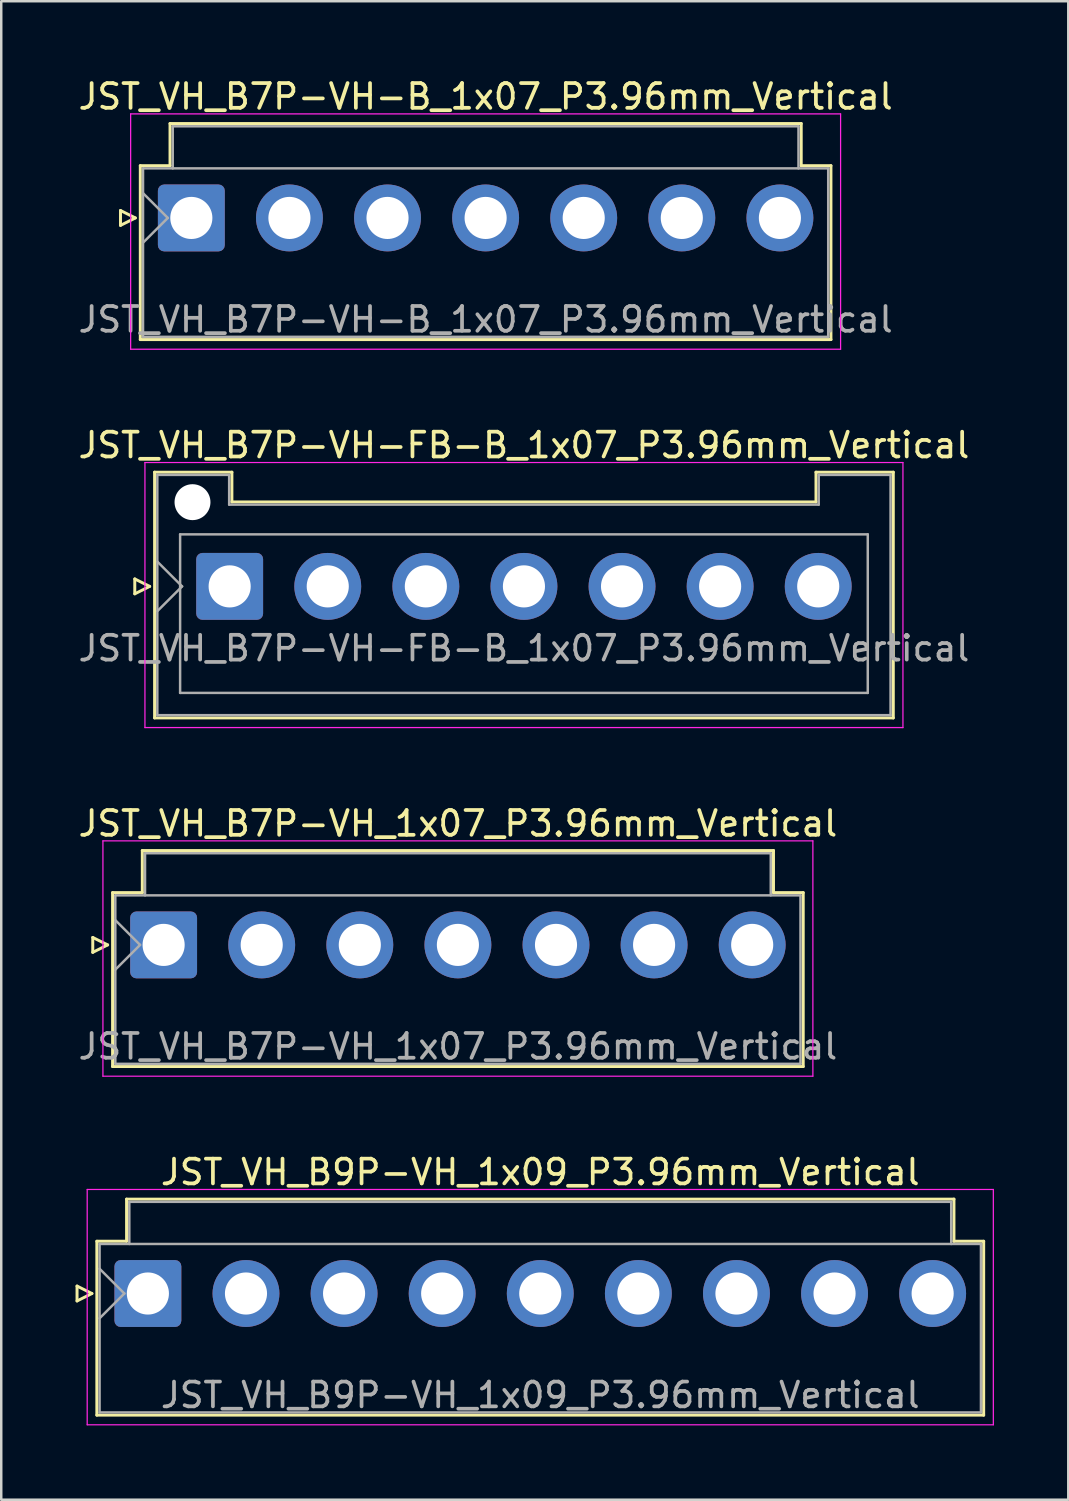
<source format=kicad_pcb>
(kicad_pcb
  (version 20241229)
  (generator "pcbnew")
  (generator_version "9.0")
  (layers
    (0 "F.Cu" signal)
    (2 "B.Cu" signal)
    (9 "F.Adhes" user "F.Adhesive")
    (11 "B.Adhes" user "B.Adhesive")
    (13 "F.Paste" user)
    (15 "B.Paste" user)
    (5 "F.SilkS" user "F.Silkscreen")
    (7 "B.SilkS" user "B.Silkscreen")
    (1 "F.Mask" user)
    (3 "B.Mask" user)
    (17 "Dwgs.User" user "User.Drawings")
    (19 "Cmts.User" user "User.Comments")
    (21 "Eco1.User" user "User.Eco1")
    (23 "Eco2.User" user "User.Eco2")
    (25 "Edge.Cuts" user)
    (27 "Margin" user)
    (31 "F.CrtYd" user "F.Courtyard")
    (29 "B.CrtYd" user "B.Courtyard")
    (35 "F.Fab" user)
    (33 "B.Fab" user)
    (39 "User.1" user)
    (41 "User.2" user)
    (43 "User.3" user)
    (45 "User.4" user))
  (footprint "JST_VH_B9P-VH_1x09_P3.96mm_Vertical"
    (layer "F.Cu")
    (at 2.92 49.168)
    (property "Reference" "JST_VH_B9P-VH_1x09_P3.96mm_Vertical" (at 15.84 -4.9 0) (layer "F.SilkS") (effects (font (size 1 1) (thickness 0.15))))
    (attr through_hole)
    (fp_line (start -2.86 -0.3) (end -2.26 0) (stroke (width 0.12) (type solid)) (layer "F.SilkS"))
    (fp_line (start -2.86 0.3) (end -2.86 -0.3) (stroke (width 0.12) (type solid)) (layer "F.SilkS"))
    (fp_line (start -2.26 0) (end -2.86 0.3) (stroke (width 0.12) (type solid)) (layer "F.SilkS"))
    (fp_line (start -2.06 -2.11) (end -0.86 -2.11) (stroke (width 0.12) (type solid)) (layer "F.SilkS"))
    (fp_line (start -2.06 4.91) (end -2.06 -2.11) (stroke (width 0.12) (type solid)) (layer "F.SilkS"))
    (fp_line (start -0.86 -3.81) (end 32.54 -3.81) (stroke (width 0.12) (type solid)) (layer "F.SilkS"))
    (fp_line (start -0.86 -2.11) (end -0.86 -3.81) (stroke (width 0.12) (type solid)) (layer "F.SilkS"))
    (fp_line (start 32.54 -3.81) (end 32.54 -2.11) (stroke (width 0.12) (type solid)) (layer "F.SilkS"))
    (fp_line (start 32.54 -2.11) (end 33.74 -2.11) (stroke (width 0.12) (type solid)) (layer "F.SilkS"))
    (fp_line (start 33.74 -2.11) (end 33.74 4.91) (stroke (width 0.12) (type solid)) (layer "F.SilkS"))
    (fp_line (start 33.74 4.91) (end -2.06 4.91) (stroke (width 0.12) (type solid)) (layer "F.SilkS"))
    (fp_line (start -2.45 -4.2) (end -2.45 5.3) (stroke (width 0.05) (type solid)) (layer "F.CrtYd"))
    (fp_line (start -2.45 5.3) (end 34.13 5.3) (stroke (width 0.05) (type solid)) (layer "F.CrtYd"))
    (fp_line (start 34.13 -4.2) (end -2.45 -4.2) (stroke (width 0.05) (type solid)) (layer "F.CrtYd"))
    (fp_line (start 34.13 5.3) (end 34.13 -4.2) (stroke (width 0.05) (type solid)) (layer "F.CrtYd"))
    (fp_line (start -1.95 -2) (end -1.95 4.8) (stroke (width 0.1) (type solid)) (layer "F.Fab"))
    (fp_line (start -1.95 -1) (end -0.95 0) (stroke (width 0.1) (type solid)) (layer "F.Fab"))
    (fp_line (start -1.95 1) (end -0.95 0) (stroke (width 0.1) (type solid)) (layer "F.Fab"))
    (fp_line (start -1.95 4.8) (end 33.63 4.8) (stroke (width 0.1) (type solid)) (layer "F.Fab"))
    (fp_line (start -0.75 -3.7) (end 32.43 -3.7) (stroke (width 0.1) (type solid)) (layer "F.Fab"))
    (fp_line (start -0.75 -2) (end -0.75 -3.7) (stroke (width 0.1) (type solid)) (layer "F.Fab"))
    (fp_line (start 32.43 -3.7) (end 32.43 -2) (stroke (width 0.1) (type solid)) (layer "F.Fab"))
    (fp_line (start 33.63 -2) (end -1.95 -2) (stroke (width 0.1) (type solid)) (layer "F.Fab"))
    (fp_line (start 33.63 4.8) (end 33.63 -2) (stroke (width 0.1) (type solid)) (layer "F.Fab"))
    (fp_text user "${REFERENCE}" (at 15.84 4.1 0) (layer "F.Fab") (effects (font (size 1 1) (thickness 0.15))))
    (pad "1" thru_hole roundrect (at 0 0) (size 2.7 2.7) (drill 1.7) (layers "*.Cu" "*.Mask") (roundrect_rratio 0.093))
    (pad "2" thru_hole circle (at 3.96 0) (size 2.7 2.7) (drill 1.7) (layers "*.Cu" "*.Mask"))
    (pad "3" thru_hole circle (at 7.92 0) (size 2.7 2.7) (drill 1.7) (layers "*.Cu" "*.Mask"))
    (pad "4" thru_hole circle (at 11.88 0) (size 2.7 2.7) (drill 1.7) (layers "*.Cu" "*.Mask"))
    (pad "5" thru_hole circle (at 15.84 0) (size 2.7 2.7) (drill 1.7) (layers "*.Cu" "*.Mask"))
    (pad "6" thru_hole circle (at 19.8 0) (size 2.7 2.7) (drill 1.7) (layers "*.Cu" "*.Mask"))
    (pad "7" thru_hole circle (at 23.76 0) (size 2.7 2.7) (drill 1.7) (layers "*.Cu" "*.Mask"))
    (pad "8" thru_hole circle (at 27.72 0) (size 2.7 2.7) (drill 1.7) (layers "*.Cu" "*.Mask"))
    (pad "9" thru_hole circle (at 31.68 0) (size 2.7 2.7) (drill 1.7) (layers "*.Cu" "*.Mask")))
  (footprint "JST_VH_B7P-VH-FB-B_1x07_P3.96mm_Vertical"
    (layer "F.Cu")
    (at 6.221 20.622)
    (property "Reference" "JST_VH_B7P-VH-FB-B_1x07_P3.96mm_Vertical" (at 11.88 -5.7 0) (layer "F.SilkS") (effects (font (size 1 1) (thickness 0.15))))
    (attr through_hole)
    (fp_line (start -3.83 -0.3) (end -3.23 0) (stroke (width 0.12) (type solid)) (layer "F.SilkS"))
    (fp_line (start -3.83 0.3) (end -3.83 -0.3) (stroke (width 0.12) (type solid)) (layer "F.SilkS"))
    (fp_line (start -3.23 0) (end -3.83 0.3) (stroke (width 0.12) (type solid)) (layer "F.SilkS"))
    (fp_line (start -3.03 -4.61) (end 0.09 -4.61) (stroke (width 0.12) (type solid)) (layer "F.SilkS"))
    (fp_line (start -3.03 5.31) (end -3.03 -4.61) (stroke (width 0.12) (type solid)) (layer "F.SilkS"))
    (fp_line (start 0.09 -4.61) (end 0.09 -3.41) (stroke (width 0.12) (type solid)) (layer "F.SilkS"))
    (fp_line (start 0.09 -3.41) (end 23.67 -3.41) (stroke (width 0.12) (type solid)) (layer "F.SilkS"))
    (fp_line (start 23.67 -4.61) (end 26.79 -4.61) (stroke (width 0.12) (type solid)) (layer "F.SilkS"))
    (fp_line (start 23.67 -3.41) (end 23.67 -4.61) (stroke (width 0.12) (type solid)) (layer "F.SilkS"))
    (fp_line (start 26.79 -4.61) (end 26.79 5.31) (stroke (width 0.12) (type solid)) (layer "F.SilkS"))
    (fp_line (start 26.79 5.31) (end -3.03 5.31) (stroke (width 0.12) (type solid)) (layer "F.SilkS"))
    (fp_line (start -3.42 -5) (end -3.42 5.7) (stroke (width 0.05) (type solid)) (layer "F.CrtYd"))
    (fp_line (start -3.42 5.7) (end 27.18 5.7) (stroke (width 0.05) (type solid)) (layer "F.CrtYd"))
    (fp_line (start 27.18 -5) (end -3.42 -5) (stroke (width 0.05) (type solid)) (layer "F.CrtYd"))
    (fp_line (start 27.18 5.7) (end 27.18 -5) (stroke (width 0.05) (type solid)) (layer "F.CrtYd"))
    (fp_line (start -2.92 -4.5) (end -0.02 -4.5) (stroke (width 0.1) (type solid)) (layer "F.Fab"))
    (fp_line (start -2.92 -1) (end -1.92 0) (stroke (width 0.1) (type solid)) (layer "F.Fab"))
    (fp_line (start -2.92 1) (end -1.92 0) (stroke (width 0.1) (type solid)) (layer "F.Fab"))
    (fp_line (start -2.92 5.2) (end -2.92 -4.5) (stroke (width 0.1) (type solid)) (layer "F.Fab"))
    (fp_line (start -2 -2.1) (end 25.76 -2.1) (stroke (width 0.1) (type solid)) (layer "F.Fab"))
    (fp_line (start -2 4.3) (end -2 -2.1) (stroke (width 0.1) (type solid)) (layer "F.Fab"))
    (fp_line (start -0.02 -4.5) (end -0.02 -3.3) (stroke (width 0.1) (type solid)) (layer "F.Fab"))
    (fp_line (start -0.02 -3.3) (end 23.78 -3.3) (stroke (width 0.1) (type solid)) (layer "F.Fab"))
    (fp_line (start 23.78 -4.5) (end 26.68 -4.5) (stroke (width 0.1) (type solid)) (layer "F.Fab"))
    (fp_line (start 23.78 -3.3) (end 23.78 -4.5) (stroke (width 0.1) (type solid)) (layer "F.Fab"))
    (fp_line (start 25.76 -2.1) (end 25.76 4.3) (stroke (width 0.1) (type solid)) (layer "F.Fab"))
    (fp_line (start 25.76 4.3) (end -2 4.3) (stroke (width 0.1) (type solid)) (layer "F.Fab"))
    (fp_line (start 26.68 -4.5) (end 26.68 5.2) (stroke (width 0.1) (type solid)) (layer "F.Fab"))
    (fp_line (start 26.68 5.2) (end -2.92 5.2) (stroke (width 0.1) (type solid)) (layer "F.Fab"))
    (fp_text user "${REFERENCE}" (at 11.88 2.5 0) (layer "F.Fab") (effects (font (size 1 1) (thickness 0.15))))
    (pad "" np_thru_hole circle (at -1.5 -3.4) (size 1.45 1.45) (drill 1.45) (layers "*.Cu" "*.Mask"))
    (pad "1" thru_hole roundrect (at 0 0) (size 2.7 2.7) (drill 1.7) (layers "*.Cu" "*.Mask") (roundrect_rratio 0.093))
    (pad "2" thru_hole circle (at 3.96 0) (size 2.7 2.7) (drill 1.7) (layers "*.Cu" "*.Mask"))
    (pad "3" thru_hole circle (at 7.92 0) (size 2.7 2.7) (drill 1.7) (layers "*.Cu" "*.Mask"))
    (pad "4" thru_hole circle (at 11.88 0) (size 2.7 2.7) (drill 1.7) (layers "*.Cu" "*.Mask"))
    (pad "5" thru_hole circle (at 15.84 0) (size 2.7 2.7) (drill 1.7) (layers "*.Cu" "*.Mask"))
    (pad "6" thru_hole circle (at 19.8 0) (size 2.7 2.7) (drill 1.7) (layers "*.Cu" "*.Mask"))
    (pad "7" thru_hole circle (at 23.76 0) (size 2.7 2.7) (drill 1.7) (layers "*.Cu" "*.Mask")))
  (footprint "JST_VH_B7P-VH-B_1x07_P3.96mm_Vertical"
    (layer "F.Cu")
    (at 4.674 5.748)
    (property "Reference" "JST_VH_B7P-VH-B_1x07_P3.96mm_Vertical" (at 11.88 -4.9 0) (layer "F.SilkS") (effects (font (size 1 1) (thickness 0.15))))
    (attr through_hole)
    (fp_line (start -2.86 -0.3) (end -2.26 0) (stroke (width 0.12) (type solid)) (layer "F.SilkS"))
    (fp_line (start -2.86 0.3) (end -2.86 -0.3) (stroke (width 0.12) (type solid)) (layer "F.SilkS"))
    (fp_line (start -2.26 0) (end -2.86 0.3) (stroke (width 0.12) (type solid)) (layer "F.SilkS"))
    (fp_line (start -2.06 -2.11) (end -0.86 -2.11) (stroke (width 0.12) (type solid)) (layer "F.SilkS"))
    (fp_line (start -2.06 4.91) (end -2.06 -2.11) (stroke (width 0.12) (type solid)) (layer "F.SilkS"))
    (fp_line (start -0.86 -3.81) (end 24.62 -3.81) (stroke (width 0.12) (type solid)) (layer "F.SilkS"))
    (fp_line (start -0.86 -2.11) (end -0.86 -3.81) (stroke (width 0.12) (type solid)) (layer "F.SilkS"))
    (fp_line (start 24.62 -3.81) (end 24.62 -2.11) (stroke (width 0.12) (type solid)) (layer "F.SilkS"))
    (fp_line (start 24.62 -2.11) (end 25.82 -2.11) (stroke (width 0.12) (type solid)) (layer "F.SilkS"))
    (fp_line (start 25.82 -2.11) (end 25.82 4.91) (stroke (width 0.12) (type solid)) (layer "F.SilkS"))
    (fp_line (start 25.82 4.91) (end -2.06 4.91) (stroke (width 0.12) (type solid)) (layer "F.SilkS"))
    (fp_line (start -2.45 -4.2) (end -2.45 5.3) (stroke (width 0.05) (type solid)) (layer "F.CrtYd"))
    (fp_line (start -2.45 5.3) (end 26.21 5.3) (stroke (width 0.05) (type solid)) (layer "F.CrtYd"))
    (fp_line (start 26.21 -4.2) (end -2.45 -4.2) (stroke (width 0.05) (type solid)) (layer "F.CrtYd"))
    (fp_line (start 26.21 5.3) (end 26.21 -4.2) (stroke (width 0.05) (type solid)) (layer "F.CrtYd"))
    (fp_line (start -1.95 -2) (end -1.95 4.8) (stroke (width 0.1) (type solid)) (layer "F.Fab"))
    (fp_line (start -1.95 -1) (end -0.95 0) (stroke (width 0.1) (type solid)) (layer "F.Fab"))
    (fp_line (start -1.95 1) (end -0.95 0) (stroke (width 0.1) (type solid)) (layer "F.Fab"))
    (fp_line (start -1.95 4.8) (end 25.71 4.8) (stroke (width 0.1) (type solid)) (layer "F.Fab"))
    (fp_line (start -0.75 -3.7) (end 24.51 -3.7) (stroke (width 0.1) (type solid)) (layer "F.Fab"))
    (fp_line (start -0.75 -2) (end -0.75 -3.7) (stroke (width 0.1) (type solid)) (layer "F.Fab"))
    (fp_line (start 24.51 -3.7) (end 24.51 -2) (stroke (width 0.1) (type solid)) (layer "F.Fab"))
    (fp_line (start 25.71 -2) (end -1.95 -2) (stroke (width 0.1) (type solid)) (layer "F.Fab"))
    (fp_line (start 25.71 4.8) (end 25.71 -2) (stroke (width 0.1) (type solid)) (layer "F.Fab"))
    (fp_text user "${REFERENCE}" (at 11.88 4.1 0) (layer "F.Fab") (effects (font (size 1 1) (thickness 0.15))))
    (pad "1" thru_hole roundrect (at 0 0) (size 2.7 2.7) (drill 1.7) (layers "*.Cu" "*.Mask") (roundrect_rratio 0.093))
    (pad "2" thru_hole circle (at 3.96 0) (size 2.7 2.7) (drill 1.7) (layers "*.Cu" "*.Mask"))
    (pad "3" thru_hole circle (at 7.92 0) (size 2.7 2.7) (drill 1.7) (layers "*.Cu" "*.Mask"))
    (pad "4" thru_hole circle (at 11.88 0) (size 2.7 2.7) (drill 1.7) (layers "*.Cu" "*.Mask"))
    (pad "5" thru_hole circle (at 15.84 0) (size 2.7 2.7) (drill 1.7) (layers "*.Cu" "*.Mask"))
    (pad "6" thru_hole circle (at 19.8 0) (size 2.7 2.7) (drill 1.7) (layers "*.Cu" "*.Mask"))
    (pad "7" thru_hole circle (at 23.76 0) (size 2.7 2.7) (drill 1.7) (layers "*.Cu" "*.Mask")))
  (footprint "JST_VH_B7P-VH_1x07_P3.96mm_Vertical"
    (layer "F.Cu")
    (at 3.555 35.095)
    (property "Reference" "JST_VH_B7P-VH_1x07_P3.96mm_Vertical" (at 11.88 -4.9 0) (layer "F.SilkS") (effects (font (size 1 1) (thickness 0.15))))
    (attr through_hole)
    (fp_line (start -2.86 -0.3) (end -2.26 0) (stroke (width 0.12) (type solid)) (layer "F.SilkS"))
    (fp_line (start -2.86 0.3) (end -2.86 -0.3) (stroke (width 0.12) (type solid)) (layer "F.SilkS"))
    (fp_line (start -2.26 0) (end -2.86 0.3) (stroke (width 0.12) (type solid)) (layer "F.SilkS"))
    (fp_line (start -2.06 -2.11) (end -0.86 -2.11) (stroke (width 0.12) (type solid)) (layer "F.SilkS"))
    (fp_line (start -2.06 4.91) (end -2.06 -2.11) (stroke (width 0.12) (type solid)) (layer "F.SilkS"))
    (fp_line (start -0.86 -3.81) (end 24.62 -3.81) (stroke (width 0.12) (type solid)) (layer "F.SilkS"))
    (fp_line (start -0.86 -2.11) (end -0.86 -3.81) (stroke (width 0.12) (type solid)) (layer "F.SilkS"))
    (fp_line (start 24.62 -3.81) (end 24.62 -2.11) (stroke (width 0.12) (type solid)) (layer "F.SilkS"))
    (fp_line (start 24.62 -2.11) (end 25.82 -2.11) (stroke (width 0.12) (type solid)) (layer "F.SilkS"))
    (fp_line (start 25.82 -2.11) (end 25.82 4.91) (stroke (width 0.12) (type solid)) (layer "F.SilkS"))
    (fp_line (start 25.82 4.91) (end -2.06 4.91) (stroke (width 0.12) (type solid)) (layer "F.SilkS"))
    (fp_line (start -2.45 -4.2) (end -2.45 5.3) (stroke (width 0.05) (type solid)) (layer "F.CrtYd"))
    (fp_line (start -2.45 5.3) (end 26.21 5.3) (stroke (width 0.05) (type solid)) (layer "F.CrtYd"))
    (fp_line (start 26.21 -4.2) (end -2.45 -4.2) (stroke (width 0.05) (type solid)) (layer "F.CrtYd"))
    (fp_line (start 26.21 5.3) (end 26.21 -4.2) (stroke (width 0.05) (type solid)) (layer "F.CrtYd"))
    (fp_line (start -1.95 -2) (end -1.95 4.8) (stroke (width 0.1) (type solid)) (layer "F.Fab"))
    (fp_line (start -1.95 -1) (end -0.95 0) (stroke (width 0.1) (type solid)) (layer "F.Fab"))
    (fp_line (start -1.95 1) (end -0.95 0) (stroke (width 0.1) (type solid)) (layer "F.Fab"))
    (fp_line (start -1.95 4.8) (end 25.71 4.8) (stroke (width 0.1) (type solid)) (layer "F.Fab"))
    (fp_line (start -0.75 -3.7) (end 24.51 -3.7) (stroke (width 0.1) (type solid)) (layer "F.Fab"))
    (fp_line (start -0.75 -2) (end -0.75 -3.7) (stroke (width 0.1) (type solid)) (layer "F.Fab"))
    (fp_line (start 24.51 -3.7) (end 24.51 -2) (stroke (width 0.1) (type solid)) (layer "F.Fab"))
    (fp_line (start 25.71 -2) (end -1.95 -2) (stroke (width 0.1) (type solid)) (layer "F.Fab"))
    (fp_line (start 25.71 4.8) (end 25.71 -2) (stroke (width 0.1) (type solid)) (layer "F.Fab"))
    (fp_text user "${REFERENCE}" (at 11.88 4.1 0) (layer "F.Fab") (effects (font (size 1 1) (thickness 0.15))))
    (pad "1" thru_hole roundrect (at 0 0) (size 2.7 2.7) (drill 1.7) (layers "*.Cu" "*.Mask") (roundrect_rratio 0.093))
    (pad "2" thru_hole circle (at 3.96 0) (size 2.7 2.7) (drill 1.7) (layers "*.Cu" "*.Mask"))
    (pad "3" thru_hole circle (at 7.92 0) (size 2.7 2.7) (drill 1.7) (layers "*.Cu" "*.Mask"))
    (pad "4" thru_hole circle (at 11.88 0) (size 2.7 2.7) (drill 1.7) (layers "*.Cu" "*.Mask"))
    (pad "5" thru_hole circle (at 15.84 0) (size 2.7 2.7) (drill 1.7) (layers "*.Cu" "*.Mask"))
    (pad "6" thru_hole circle (at 19.8 0) (size 2.7 2.7) (drill 1.7) (layers "*.Cu" "*.Mask"))
    (pad "7" thru_hole circle (at 23.76 0) (size 2.7 2.7) (drill 1.7) (layers "*.Cu" "*.Mask")))
  (gr_rect
    (start -3 -3)
    (end 40.075 57.493)
    (stroke (width 0.1) (type default))
    (fill no)
    (layer "Edge.Cuts")))
</source>
